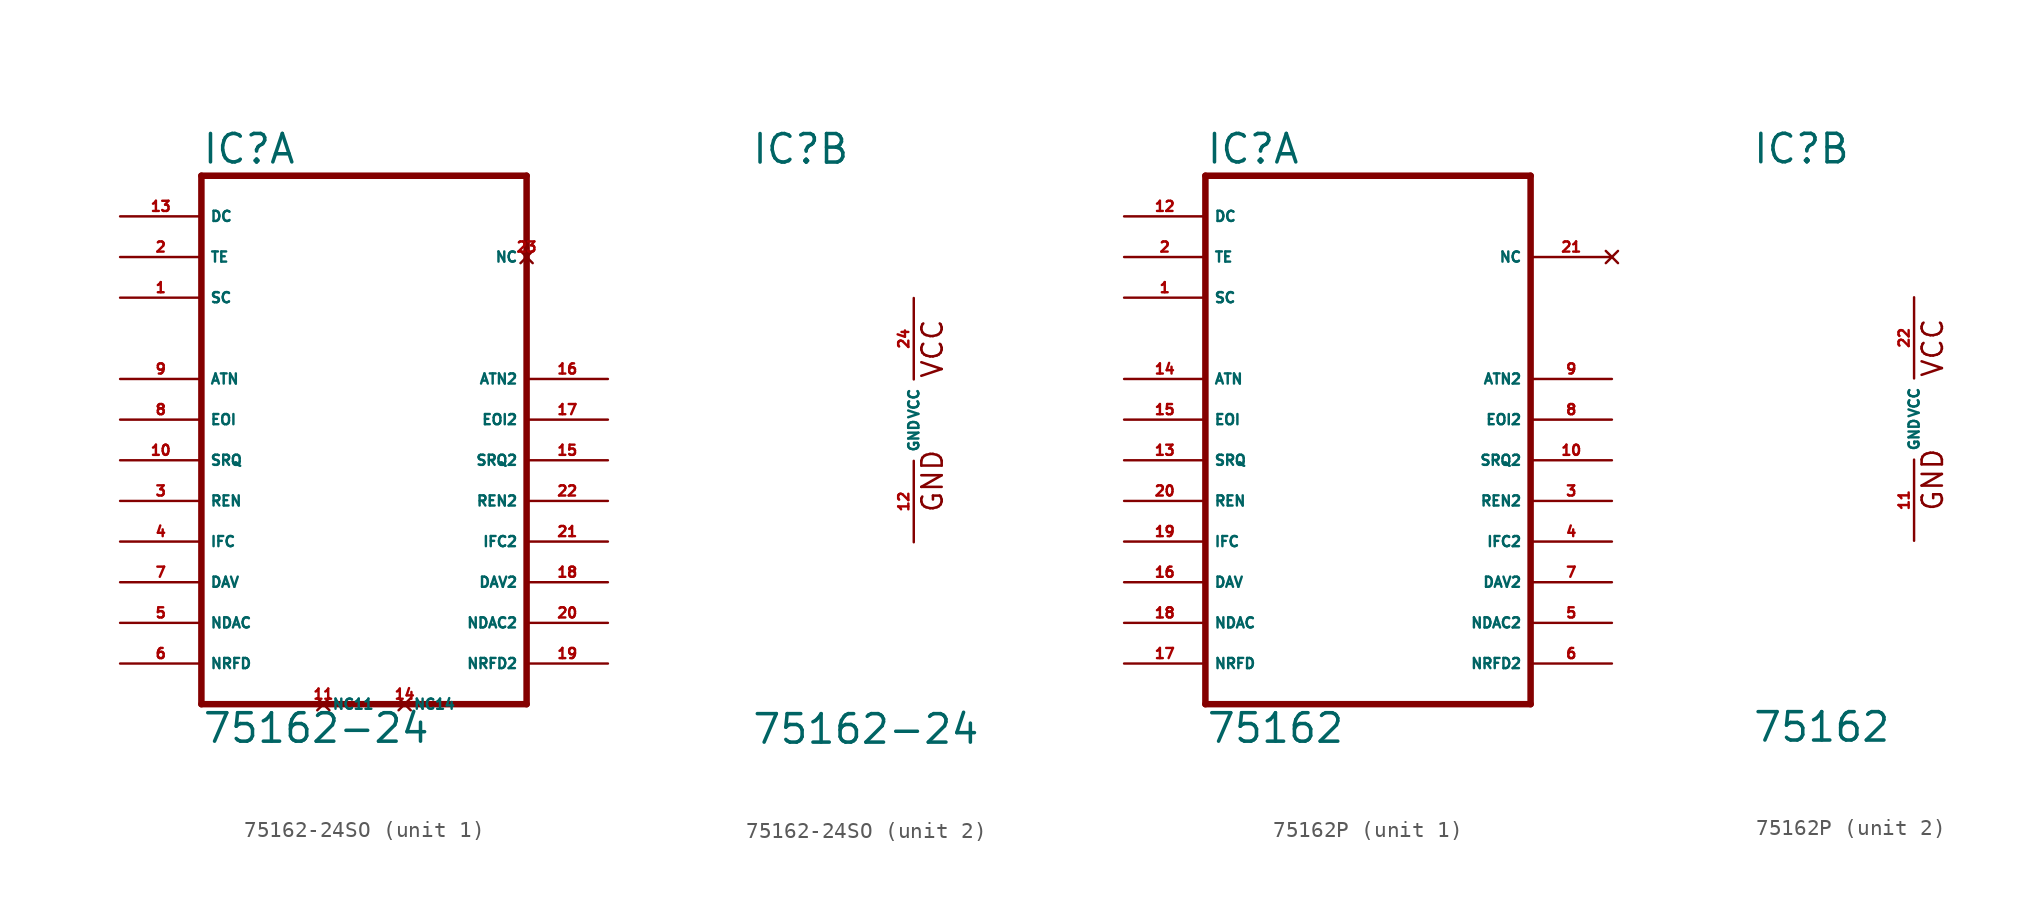
<source format=kicad_sym>
(kicad_symbol_lib
  (version 20220914)
  (generator Eagle2Kicad)
  (symbol "75162-24SO"
    (property "Reference" "IC"
      (at -10.16 15.875 0)
      (effects (font (size 1.778 1.778) (thickness 0.22)) (justify left bottom)))
    (property "Value" "75162-24"
      (at -10.16 -20.32 0)
      (effects (font (size 1.778 1.778) (thickness 0.22)) (justify left bottom)))
    (symbol "75162-24SO_1_0"
      (polyline (pts (xy -10.16 -17.78) (xy 10.16 -17.78)) (stroke (width 0.406) (type default)) (fill (type none)))
      (polyline (pts (xy 10.16 15.24) (xy 10.16 -17.78)) (stroke (width 0.406) (type default)) (fill (type none)))
      (polyline (pts (xy 10.16 15.24) (xy -10.16 15.24)) (stroke (width 0.406) (type default)) (fill (type none)))
      (polyline (pts (xy -10.16 -17.78) (xy -10.16 15.24)) (stroke (width 0.406) (type default)) (fill (type none)))
      (pin input line (at -15.24 12.7 0) (length 5.08) (name "DC" (effects (font (size 0.635 0.635) (thickness 0.08)) (justify left bottom))) (number "13" (effects (font (size 0.635 0.635) (thickness 0.08)) (justify left bottom))))
      (pin input line (at -15.24 10.16 0) (length 5.08) (name "TE" (effects (font (size 0.635 0.635) (thickness 0.08)) (justify left bottom))) (number "2" (effects (font (size 0.635 0.635) (thickness 0.08)) (justify left bottom))))
      (pin bidirectional line (at -15.24 2.54 0) (length 5.08) (name "ATN" (effects (font (size 0.635 0.635) (thickness 0.08)) (justify left bottom))) (number "9" (effects (font (size 0.635 0.635) (thickness 0.08)) (justify left bottom))))
      (pin bidirectional line (at -15.24 0 0) (length 5.08) (name "EOI" (effects (font (size 0.635 0.635) (thickness 0.08)) (justify left bottom))) (number "8" (effects (font (size 0.635 0.635) (thickness 0.08)) (justify left bottom))))
      (pin bidirectional line (at -15.24 -2.54 0) (length 5.08) (name "SRQ" (effects (font (size 0.635 0.635) (thickness 0.08)) (justify left bottom))) (number "10" (effects (font (size 0.635 0.635) (thickness 0.08)) (justify left bottom))))
      (pin bidirectional line (at -15.24 -5.08 0) (length 5.08) (name "REN" (effects (font (size 0.635 0.635) (thickness 0.08)) (justify left bottom))) (number "3" (effects (font (size 0.635 0.635) (thickness 0.08)) (justify left bottom))))
      (pin bidirectional line (at -15.24 -7.62 0) (length 5.08) (name "IFC" (effects (font (size 0.635 0.635) (thickness 0.08)) (justify left bottom))) (number "4" (effects (font (size 0.635 0.635) (thickness 0.08)) (justify left bottom))))
      (pin bidirectional line (at -15.24 -10.16 0) (length 5.08) (name "DAV" (effects (font (size 0.635 0.635) (thickness 0.08)) (justify left bottom))) (number "7" (effects (font (size 0.635 0.635) (thickness 0.08)) (justify left bottom))))
      (pin bidirectional line (at -15.24 -12.7 0) (length 5.08) (name "NDAC" (effects (font (size 0.635 0.635) (thickness 0.08)) (justify left bottom))) (number "5" (effects (font (size 0.635 0.635) (thickness 0.08)) (justify left bottom))))
      (pin bidirectional line (at -15.24 -15.24 0) (length 5.08) (name "NRFD" (effects (font (size 0.635 0.635) (thickness 0.08)) (justify left bottom))) (number "6" (effects (font (size 0.635 0.635) (thickness 0.08)) (justify left bottom))))
      (pin bidirectional line (at 15.24 2.54 180) (length 5.08) (name "ATN2" (effects (font (size 0.635 0.635) (thickness 0.08)) (justify left bottom))) (number "16" (effects (font (size 0.635 0.635) (thickness 0.08)) (justify left bottom))))
      (pin bidirectional line (at 15.24 0 180) (length 5.08) (name "EOI2" (effects (font (size 0.635 0.635) (thickness 0.08)) (justify left bottom))) (number "17" (effects (font (size 0.635 0.635) (thickness 0.08)) (justify left bottom))))
      (pin bidirectional line (at 15.24 -2.54 180) (length 5.08) (name "SRQ2" (effects (font (size 0.635 0.635) (thickness 0.08)) (justify left bottom))) (number "15" (effects (font (size 0.635 0.635) (thickness 0.08)) (justify left bottom))))
      (pin bidirectional line (at 15.24 -5.08 180) (length 5.08) (name "REN2" (effects (font (size 0.635 0.635) (thickness 0.08)) (justify left bottom))) (number "22" (effects (font (size 0.635 0.635) (thickness 0.08)) (justify left bottom))))
      (pin bidirectional line (at 15.24 -7.62 180) (length 5.08) (name "IFC2" (effects (font (size 0.635 0.635) (thickness 0.08)) (justify left bottom))) (number "21" (effects (font (size 0.635 0.635) (thickness 0.08)) (justify left bottom))))
      (pin bidirectional line (at 15.24 -10.16 180) (length 5.08) (name "DAV2" (effects (font (size 0.635 0.635) (thickness 0.08)) (justify left bottom))) (number "18" (effects (font (size 0.635 0.635) (thickness 0.08)) (justify left bottom))))
      (pin bidirectional line (at 15.24 -12.7 180) (length 5.08) (name "NDAC2" (effects (font (size 0.635 0.635) (thickness 0.08)) (justify left bottom))) (number "20" (effects (font (size 0.635 0.635) (thickness 0.08)) (justify left bottom))))
      (pin bidirectional line (at 15.24 -15.24 180) (length 5.08) (name "NRFD2" (effects (font (size 0.635 0.635) (thickness 0.08)) (justify left bottom))) (number "19" (effects (font (size 0.635 0.635) (thickness 0.08)) (justify left bottom))))
      (pin input line (at -15.24 7.62 0) (length 5.08) (name "SC" (effects (font (size 0.635 0.635) (thickness 0.08)) (justify left bottom))) (number "1" (effects (font (size 0.635 0.635) (thickness 0.08)) (justify left bottom))))
      (pin no_connect line (at 10.16 10.16 180) (length 0) (name "NC" (effects (font (size 0.635 0.635) (thickness 0.08)) (justify left bottom) hide)) (number "23" (effects (font (size 0.635 0.635) (thickness 0.08)) (justify left bottom) hide)))
      (pin no_connect line (at -2.54 -17.78 0) (length 0) (name "NC11" (effects (font (size 0.635 0.635) (thickness 0.08)) (justify left bottom) hide)) (number "11" (effects (font (size 0.635 0.635) (thickness 0.08)) (justify left bottom) hide)))
      (pin no_connect line (at 2.54 -17.78 0) (length 0) (name "NC14" (effects (font (size 0.635 0.635) (thickness 0.08)) (justify left bottom) hide)) (number "14" (effects (font (size 0.635 0.635) (thickness 0.08)) (justify left bottom) hide))))
    (symbol "75162-24SO_2_0"
      (text "GND" (at 1.905 -5.842 900) (effects (font (size 1.27 1.27) (thickness 0.16)) (justify left bottom)))
      (text "VCC" (at 1.905 2.54 900) (effects (font (size 1.27 1.27) (thickness 0.16)) (justify left bottom)))
      (pin unspecified line (at 0 -7.62 90) (length 5.08) (name "GND" (effects (font (size 0.635 0.635) (thickness 0.08)) (justify left bottom))) (number "12" (effects (font (size 0.635 0.635) (thickness 0.08)) (justify left bottom))))
      (pin unspecified line (at 0 7.62 270) (length 5.08) (name "VCC" (effects (font (size 0.635 0.635) (thickness 0.08)) (justify left bottom))) (number "24" (effects (font (size 0.635 0.635) (thickness 0.08)) (justify left bottom))))))
  (symbol "75162P"
    (property "Reference" "IC"
      (at -10.16 15.875 0)
      (effects (font (size 1.778 1.778) (thickness 0.22)) (justify left bottom)))
    (property "Value" "75162"
      (at -10.16 -20.32 0)
      (effects (font (size 1.778 1.778) (thickness 0.22)) (justify left bottom)))
    (symbol "75162P_1_0"
      (polyline (pts (xy -10.16 -17.78) (xy 10.16 -17.78)) (stroke (width 0.406) (type default)) (fill (type none)))
      (polyline (pts (xy 10.16 15.24) (xy 10.16 -17.78)) (stroke (width 0.406) (type default)) (fill (type none)))
      (polyline (pts (xy 10.16 15.24) (xy -10.16 15.24)) (stroke (width 0.406) (type default)) (fill (type none)))
      (polyline (pts (xy -10.16 -17.78) (xy -10.16 15.24)) (stroke (width 0.406) (type default)) (fill (type none)))
      (pin input line (at -15.24 12.7 0) (length 5.08) (name "DC" (effects (font (size 0.635 0.635) (thickness 0.08)) (justify left bottom))) (number "12" (effects (font (size 0.635 0.635) (thickness 0.08)) (justify left bottom))))
      (pin input line (at -15.24 10.16 0) (length 5.08) (name "TE" (effects (font (size 0.635 0.635) (thickness 0.08)) (justify left bottom))) (number "2" (effects (font (size 0.635 0.635) (thickness 0.08)) (justify left bottom))))
      (pin bidirectional line (at -15.24 2.54 0) (length 5.08) (name "ATN" (effects (font (size 0.635 0.635) (thickness 0.08)) (justify left bottom))) (number "14" (effects (font (size 0.635 0.635) (thickness 0.08)) (justify left bottom))))
      (pin bidirectional line (at -15.24 0 0) (length 5.08) (name "EOI" (effects (font (size 0.635 0.635) (thickness 0.08)) (justify left bottom))) (number "15" (effects (font (size 0.635 0.635) (thickness 0.08)) (justify left bottom))))
      (pin bidirectional line (at -15.24 -2.54 0) (length 5.08) (name "SRQ" (effects (font (size 0.635 0.635) (thickness 0.08)) (justify left bottom))) (number "13" (effects (font (size 0.635 0.635) (thickness 0.08)) (justify left bottom))))
      (pin bidirectional line (at -15.24 -5.08 0) (length 5.08) (name "REN" (effects (font (size 0.635 0.635) (thickness 0.08)) (justify left bottom))) (number "20" (effects (font (size 0.635 0.635) (thickness 0.08)) (justify left bottom))))
      (pin bidirectional line (at -15.24 -7.62 0) (length 5.08) (name "IFC" (effects (font (size 0.635 0.635) (thickness 0.08)) (justify left bottom))) (number "19" (effects (font (size 0.635 0.635) (thickness 0.08)) (justify left bottom))))
      (pin bidirectional line (at -15.24 -10.16 0) (length 5.08) (name "DAV" (effects (font (size 0.635 0.635) (thickness 0.08)) (justify left bottom))) (number "16" (effects (font (size 0.635 0.635) (thickness 0.08)) (justify left bottom))))
      (pin bidirectional line (at -15.24 -12.7 0) (length 5.08) (name "NDAC" (effects (font (size 0.635 0.635) (thickness 0.08)) (justify left bottom))) (number "18" (effects (font (size 0.635 0.635) (thickness 0.08)) (justify left bottom))))
      (pin bidirectional line (at -15.24 -15.24 0) (length 5.08) (name "NRFD" (effects (font (size 0.635 0.635) (thickness 0.08)) (justify left bottom))) (number "17" (effects (font (size 0.635 0.635) (thickness 0.08)) (justify left bottom))))
      (pin bidirectional line (at 15.24 2.54 180) (length 5.08) (name "ATN2" (effects (font (size 0.635 0.635) (thickness 0.08)) (justify left bottom))) (number "9" (effects (font (size 0.635 0.635) (thickness 0.08)) (justify left bottom))))
      (pin bidirectional line (at 15.24 0 180) (length 5.08) (name "EOI2" (effects (font (size 0.635 0.635) (thickness 0.08)) (justify left bottom))) (number "8" (effects (font (size 0.635 0.635) (thickness 0.08)) (justify left bottom))))
      (pin bidirectional line (at 15.24 -2.54 180) (length 5.08) (name "SRQ2" (effects (font (size 0.635 0.635) (thickness 0.08)) (justify left bottom))) (number "10" (effects (font (size 0.635 0.635) (thickness 0.08)) (justify left bottom))))
      (pin bidirectional line (at 15.24 -5.08 180) (length 5.08) (name "REN2" (effects (font (size 0.635 0.635) (thickness 0.08)) (justify left bottom))) (number "3" (effects (font (size 0.635 0.635) (thickness 0.08)) (justify left bottom))))
      (pin bidirectional line (at 15.24 -7.62 180) (length 5.08) (name "IFC2" (effects (font (size 0.635 0.635) (thickness 0.08)) (justify left bottom))) (number "4" (effects (font (size 0.635 0.635) (thickness 0.08)) (justify left bottom))))
      (pin bidirectional line (at 15.24 -10.16 180) (length 5.08) (name "DAV2" (effects (font (size 0.635 0.635) (thickness 0.08)) (justify left bottom))) (number "7" (effects (font (size 0.635 0.635) (thickness 0.08)) (justify left bottom))))
      (pin bidirectional line (at 15.24 -12.7 180) (length 5.08) (name "NDAC2" (effects (font (size 0.635 0.635) (thickness 0.08)) (justify left bottom))) (number "5" (effects (font (size 0.635 0.635) (thickness 0.08)) (justify left bottom))))
      (pin bidirectional line (at 15.24 -15.24 180) (length 5.08) (name "NRFD2" (effects (font (size 0.635 0.635) (thickness 0.08)) (justify left bottom))) (number "6" (effects (font (size 0.635 0.635) (thickness 0.08)) (justify left bottom))))
      (pin input line (at -15.24 7.62 0) (length 5.08) (name "SC" (effects (font (size 0.635 0.635) (thickness 0.08)) (justify left bottom))) (number "1" (effects (font (size 0.635 0.635) (thickness 0.08)) (justify left bottom))))
      (pin no_connect line (at 15.24 10.16 180) (length 5.08) (name "NC" (effects (font (size 0.635 0.635) (thickness 0.08)) (justify left bottom) hide)) (number "21" (effects (font (size 0.635 0.635) (thickness 0.08)) (justify left bottom) hide))))
    (symbol "75162P_2_0"
      (text "GND" (at 1.905 -5.842 900) (effects (font (size 1.27 1.27) (thickness 0.16)) (justify left bottom)))
      (text "VCC" (at 1.905 2.54 900) (effects (font (size 1.27 1.27) (thickness 0.16)) (justify left bottom)))
      (pin unspecified line (at 0 -7.62 90) (length 5.08) (name "GND" (effects (font (size 0.635 0.635) (thickness 0.08)) (justify left bottom))) (number "11" (effects (font (size 0.635 0.635) (thickness 0.08)) (justify left bottom))))
      (pin unspecified line (at 0 7.62 270) (length 5.08) (name "VCC" (effects (font (size 0.635 0.635) (thickness 0.08)) (justify left bottom))) (number "22" (effects (font (size 0.635 0.635) (thickness 0.08)) (justify left bottom)))))))
</source>
